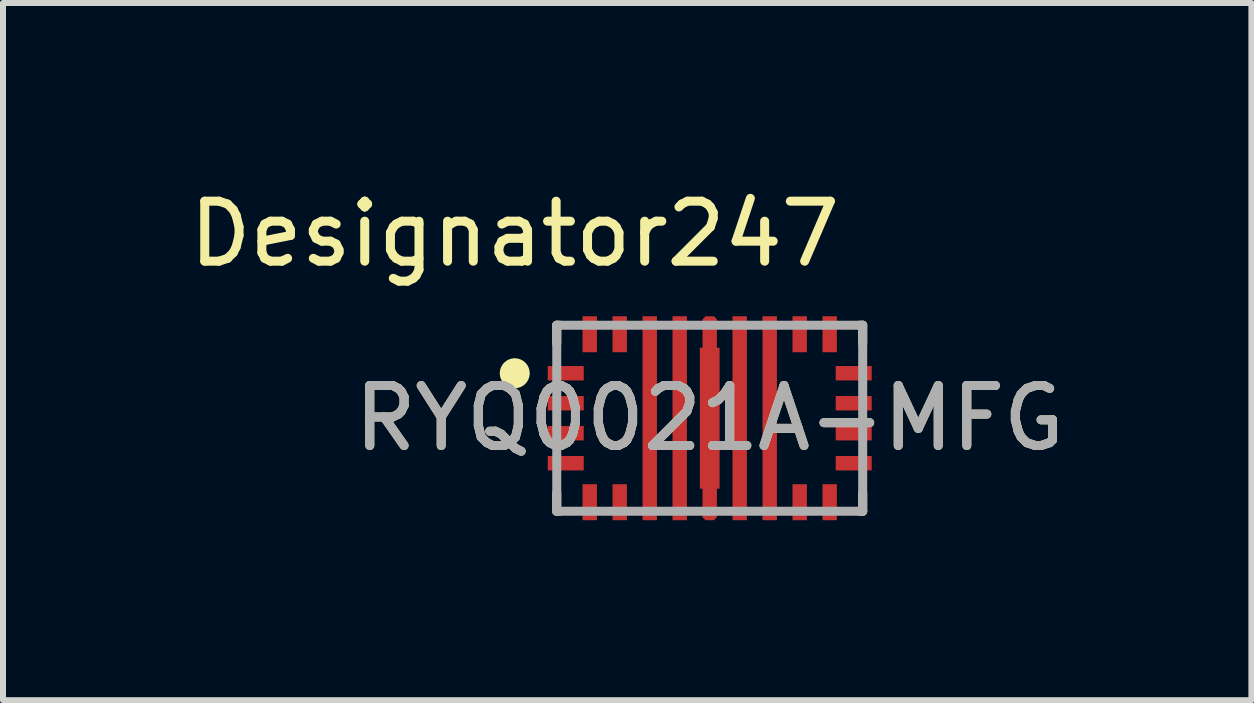
<source format=kicad_pcb>
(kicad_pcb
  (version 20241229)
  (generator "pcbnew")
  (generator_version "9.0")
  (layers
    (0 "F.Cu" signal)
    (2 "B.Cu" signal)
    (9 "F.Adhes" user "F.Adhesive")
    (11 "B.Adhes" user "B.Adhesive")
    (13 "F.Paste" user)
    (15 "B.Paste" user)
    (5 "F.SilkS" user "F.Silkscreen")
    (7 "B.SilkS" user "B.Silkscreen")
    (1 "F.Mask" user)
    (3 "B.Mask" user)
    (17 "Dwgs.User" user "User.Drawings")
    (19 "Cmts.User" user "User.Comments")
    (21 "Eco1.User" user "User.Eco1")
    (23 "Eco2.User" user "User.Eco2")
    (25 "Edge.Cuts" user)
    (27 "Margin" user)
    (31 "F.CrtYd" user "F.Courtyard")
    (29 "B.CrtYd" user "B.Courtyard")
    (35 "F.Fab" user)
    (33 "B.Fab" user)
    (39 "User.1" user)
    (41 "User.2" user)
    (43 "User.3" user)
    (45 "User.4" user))
  (footprint "RYQ0021A-MFG"
    (layer "F.Cu")
    (at 8.781 3.922)
    (property "Reference" "RYQ0021A-MFG" (at 0 0 0) (unlocked yes) (layer "F.SilkS") (effects (font (size 1 1) (thickness 0.15))))
    (attr smd)
    (fp_poly (pts (xy -0.165 1.175) (xy -0.165 -1.175) (xy -0.12 -1.175) (xy -0.12 -1.65) (xy -0.07 -1.7) (xy 0.07 -1.7) (xy 0.12 -1.65) (xy 0.12 -1.175) (xy 0.165 -1.175) (xy 0.165 1.175) (xy 0.12 1.175) (xy 0.12 1.65) (xy 0.07 1.7) (xy -0.07 1.7) (xy -0.12 1.65) (xy -0.12 1.175)) (stroke (width 0) (type solid)) (fill yes) (layer "F.Cu"))
    (fp_poly (pts (xy -0.165 1.175) (xy -0.165 -1.175) (xy -0.12 -1.175) (xy -0.12 -1.65) (xy -0.07 -1.7) (xy 0.07 -1.7) (xy 0.12 -1.65) (xy 0.12 -1.175) (xy 0.165 -1.175) (xy 0.165 1.175) (xy 0.12 1.175) (xy 0.12 1.65) (xy 0.07 1.7) (xy -0.07 1.7) (xy -0.12 1.65) (xy -0.12 1.175)) (stroke (width 0) (type solid)) (fill yes) (layer "F.Mask"))
    (fp_line (start -2.55 -1.55) (end -2.495 -1.55) (stroke (width 0.15) (type solid)) (layer "F.SilkS"))
    (fp_line (start -2.55 -1.245) (end -2.55 -1.55) (stroke (width 0.15) (type solid)) (layer "F.SilkS"))
    (fp_line (start -2.55 1.55) (end -2.55 1.245) (stroke (width 0.15) (type solid)) (layer "F.SilkS"))
    (fp_line (start -2.55 1.55) (end -2.495 1.55) (stroke (width 0.15) (type solid)) (layer "F.SilkS"))
    (fp_line (start 2.495 -1.55) (end 2.55 -1.55) (stroke (width 0.15) (type solid)) (layer "F.SilkS"))
    (fp_line (start 2.495 1.55) (end 2.55 1.55) (stroke (width 0.15) (type solid)) (layer "F.SilkS"))
    (fp_line (start 2.55 -1.245) (end 2.55 -1.55) (stroke (width 0.15) (type solid)) (layer "F.SilkS"))
    (fp_line (start 2.55 1.55) (end 2.55 1.245) (stroke (width 0.15) (type solid)) (layer "F.SilkS"))
    (fp_circle (center -3.25 -0.75) (end -3.125 -0.75) (stroke (width 0.25) (type solid)) (fill no) (layer "F.SilkS"))
    (fp_poly (pts (xy -1.07 -0.5) (xy -0.93 -0.5) (xy -0.88 -0.45) (xy -0.88 0.45) (xy -0.93 0.5) (xy -1.07 0.5) (xy -1.12 0.45) (xy -1.12 -0.45)) (stroke (width 0) (type solid)) (fill yes) (layer "F.Paste"))
    (fp_poly (pts (xy -0.88 -0.75) (xy -0.93 -0.7) (xy -1.07 -0.7) (xy -1.12 -0.75) (xy -1.12 -1.65) (xy -1.07 -1.7) (xy -0.93 -1.7) (xy -0.88 -1.65)) (stroke (width 0) (type solid)) (fill yes) (layer "F.Paste"))
    (fp_poly (pts (xy -0.88 0.75) (xy -0.88 1.65) (xy -0.93 1.7) (xy -1.07 1.7) (xy -1.12 1.65) (xy -1.12 0.75) (xy -1.07 0.7) (xy -0.93 0.7)) (stroke (width 0) (type solid)) (fill yes) (layer "F.Paste"))
    (fp_poly (pts (xy -0.62 -0.75) (xy -0.62 -1.65) (xy -0.57 -1.7) (xy -0.43 -1.7) (xy -0.38 -1.65) (xy -0.38 -0.75) (xy -0.43 -0.7) (xy -0.57 -0.7)) (stroke (width 0) (type solid)) (fill yes) (layer "F.Paste"))
    (fp_poly (pts (xy -0.62 0.75) (xy -0.57 0.7) (xy -0.43 0.7) (xy -0.38 0.75) (xy -0.38 1.65) (xy -0.43 1.7) (xy -0.57 1.7) (xy -0.62 1.65)) (stroke (width 0) (type solid)) (fill yes) (layer "F.Paste"))
    (fp_poly (pts (xy -0.43 -0.5) (xy -0.38 -0.45) (xy -0.38 0.45) (xy -0.43 0.5) (xy -0.57 0.5) (xy -0.62 0.45) (xy -0.62 -0.45) (xy -0.57 -0.5)) (stroke (width 0) (type solid)) (fill yes) (layer "F.Paste"))
    (fp_poly (pts (xy -0.07 -1.7) (xy 0.07 -1.7) (xy 0.12 -1.65) (xy 0.12 -0.75) (xy 0.07 -0.7) (xy -0.07 -0.7) (xy -0.12 -0.75) (xy -0.12 -1.65)) (stroke (width 0) (type solid)) (fill yes) (layer "F.Paste"))
    (fp_poly (pts (xy 0.07 0.7) (xy 0.12 0.75) (xy 0.12 1.65) (xy 0.07 1.7) (xy -0.07 1.7) (xy -0.12 1.65) (xy -0.12 0.75) (xy -0.07 0.7)) (stroke (width 0) (type solid)) (fill yes) (layer "F.Paste"))
    (fp_poly (pts (xy 0.165 -0.45) (xy 0.165 0.45) (xy 0.115 0.5) (xy -0.115 0.5) (xy -0.165 0.45) (xy -0.165 -0.45) (xy -0.115 -0.5) (xy 0.115 -0.5)) (stroke (width 0) (type solid)) (fill yes) (layer "F.Paste"))
    (fp_poly (pts (xy 0.43 1.7) (xy 0.38 1.65) (xy 0.38 0.75) (xy 0.43 0.7) (xy 0.57 0.7) (xy 0.62 0.75) (xy 0.62 1.65) (xy 0.57 1.7)) (stroke (width 0) (type solid)) (fill yes) (layer "F.Paste"))
    (fp_poly (pts (xy 0.57 -1.7) (xy 0.62 -1.65) (xy 0.62 -0.75) (xy 0.57 -0.7) (xy 0.43 -0.7) (xy 0.38 -0.75) (xy 0.38 -1.65) (xy 0.43 -1.7)) (stroke (width 0) (type solid)) (fill yes) (layer "F.Paste"))
    (fp_poly (pts (xy 0.57 -0.5) (xy 0.62 -0.45) (xy 0.62 0.45) (xy 0.57 0.5) (xy 0.43 0.5) (xy 0.38 0.45) (xy 0.38 -0.45) (xy 0.43 -0.5)) (stroke (width 0) (type solid)) (fill yes) (layer "F.Paste"))
    (fp_poly (pts (xy 0.88 -0.45) (xy 0.93 -0.5) (xy 1.07 -0.5) (xy 1.12 -0.45) (xy 1.12 0.45) (xy 1.07 0.5) (xy 0.93 0.5) (xy 0.88 0.45)) (stroke (width 0) (type solid)) (fill yes) (layer "F.Paste"))
    (fp_poly (pts (xy 0.93 -1.7) (xy 1.07 -1.7) (xy 1.12 -1.65) (xy 1.12 -0.75) (xy 1.07 -0.7) (xy 0.93 -0.7) (xy 0.88 -0.75) (xy 0.88 -1.65)) (stroke (width 0) (type solid)) (fill yes) (layer "F.Paste"))
    (fp_poly (pts (xy 1.07 1.7) (xy 0.93 1.7) (xy 0.88 1.65) (xy 0.88 0.75) (xy 0.93 0.7) (xy 1.07 0.7) (xy 1.12 0.75) (xy 1.12 1.65)) (stroke (width 0) (type solid)) (fill yes) (layer "F.Paste"))
    (fp_line (start -2.55 -1.55) (end 2.55 -1.55) (stroke (width 0.15) (type solid)) (layer "F.Fab"))
    (fp_line (start -2.55 1.55) (end -2.55 -1.55) (stroke (width 0.15) (type solid)) (layer "F.Fab"))
    (fp_line (start -2.55 1.55) (end 2.55 1.55) (stroke (width 0.15) (type solid)) (layer "F.Fab"))
    (fp_line (start 2.55 1.55) (end 2.55 -1.55) (stroke (width 0.15) (type solid)) (layer "F.Fab"))
    (fp_text user "Designator247" (at -3.251 -3.073 0) (unlocked yes) (layer "F.SilkS") (effects (font (size 1 1) (thickness 0.15))))
    (fp_text user "${REFERENCE}" (at 0 0 0) (unlocked yes) (layer "F.Fab") (effects (font (size 1 1) (thickness 0.15))))
    (pad "1" smd rect (at -2.4 -0.75 90) (size 0.24 0.6) (layers "F.Cu" "F.Mask" "F.Paste"))
    (pad "2" smd rect (at -2.4 -0.25 90) (size 0.24 0.6) (layers "F.Cu" "F.Mask" "F.Paste"))
    (pad "3" smd rect (at -2.4 0.25 90) (size 0.24 0.6) (layers "F.Cu" "F.Mask" "F.Paste"))
    (pad "4" smd rect (at -2.4 0.75 90) (size 0.24 0.6) (layers "F.Cu" "F.Mask" "F.Paste"))
    (pad "5" smd rect (at -2 1.4) (size 0.24 0.6) (layers "F.Cu" "F.Mask" "F.Paste"))
    (pad "6" smd rect (at -1.5 1.4) (size 0.24 0.6) (layers "F.Cu" "F.Mask" "F.Paste"))
    (pad "7" smd rect (at -1 0) (size 0.24 3.4) (layers "F.Cu" "F.Mask"))
    (pad "8" smd rect (at -0.5 0) (size 0.24 3.4) (layers "F.Cu" "F.Mask"))
    (pad "9" smd circle (at 0 0) (size 0.297 0.297) (layers "F.Cu" "F.Mask"))
    (pad "10" smd rect (at 0.5 0) (size 0.24 3.4) (layers "F.Cu" "F.Mask"))
    (pad "11" smd rect (at 1 0) (size 0.24 3.4) (layers "F.Cu" "F.Mask"))
    (pad "12" smd rect (at 1.5 1.4) (size 0.24 0.6) (layers "F.Cu" "F.Mask" "F.Paste"))
    (pad "13" smd rect (at 2 1.4) (size 0.24 0.6) (layers "F.Cu" "F.Mask" "F.Paste"))
    (pad "14" smd rect (at 2.4 0.75 90) (size 0.24 0.6) (layers "F.Cu" "F.Mask" "F.Paste"))
    (pad "15" smd rect (at 2.4 0.25 90) (size 0.24 0.6) (layers "F.Cu" "F.Mask" "F.Paste"))
    (pad "16" smd rect (at 2.4 -0.25 90) (size 0.24 0.6) (layers "F.Cu" "F.Mask" "F.Paste"))
    (pad "17" smd rect (at 2.4 -0.75 90) (size 0.24 0.6) (layers "F.Cu" "F.Mask" "F.Paste"))
    (pad "18" smd rect (at 2 -1.4) (size 0.24 0.6) (layers "F.Cu" "F.Mask" "F.Paste"))
    (pad "19" smd rect (at 1.5 -1.4) (size 0.24 0.6) (layers "F.Cu" "F.Mask" "F.Paste"))
    (pad "20" smd rect (at -1.5 -1.4) (size 0.24 0.6) (layers "F.Cu" "F.Mask" "F.Paste"))
    (pad "21" smd rect (at -2 -1.4) (size 0.24 0.6) (layers "F.Cu" "F.Mask" "F.Paste")))
  (gr_rect
    (start -3 -3)
    (end 17.811 8.622)
    (stroke (width 0.1) (type default))
    (fill no)
    (layer "Edge.Cuts")))
</source>
